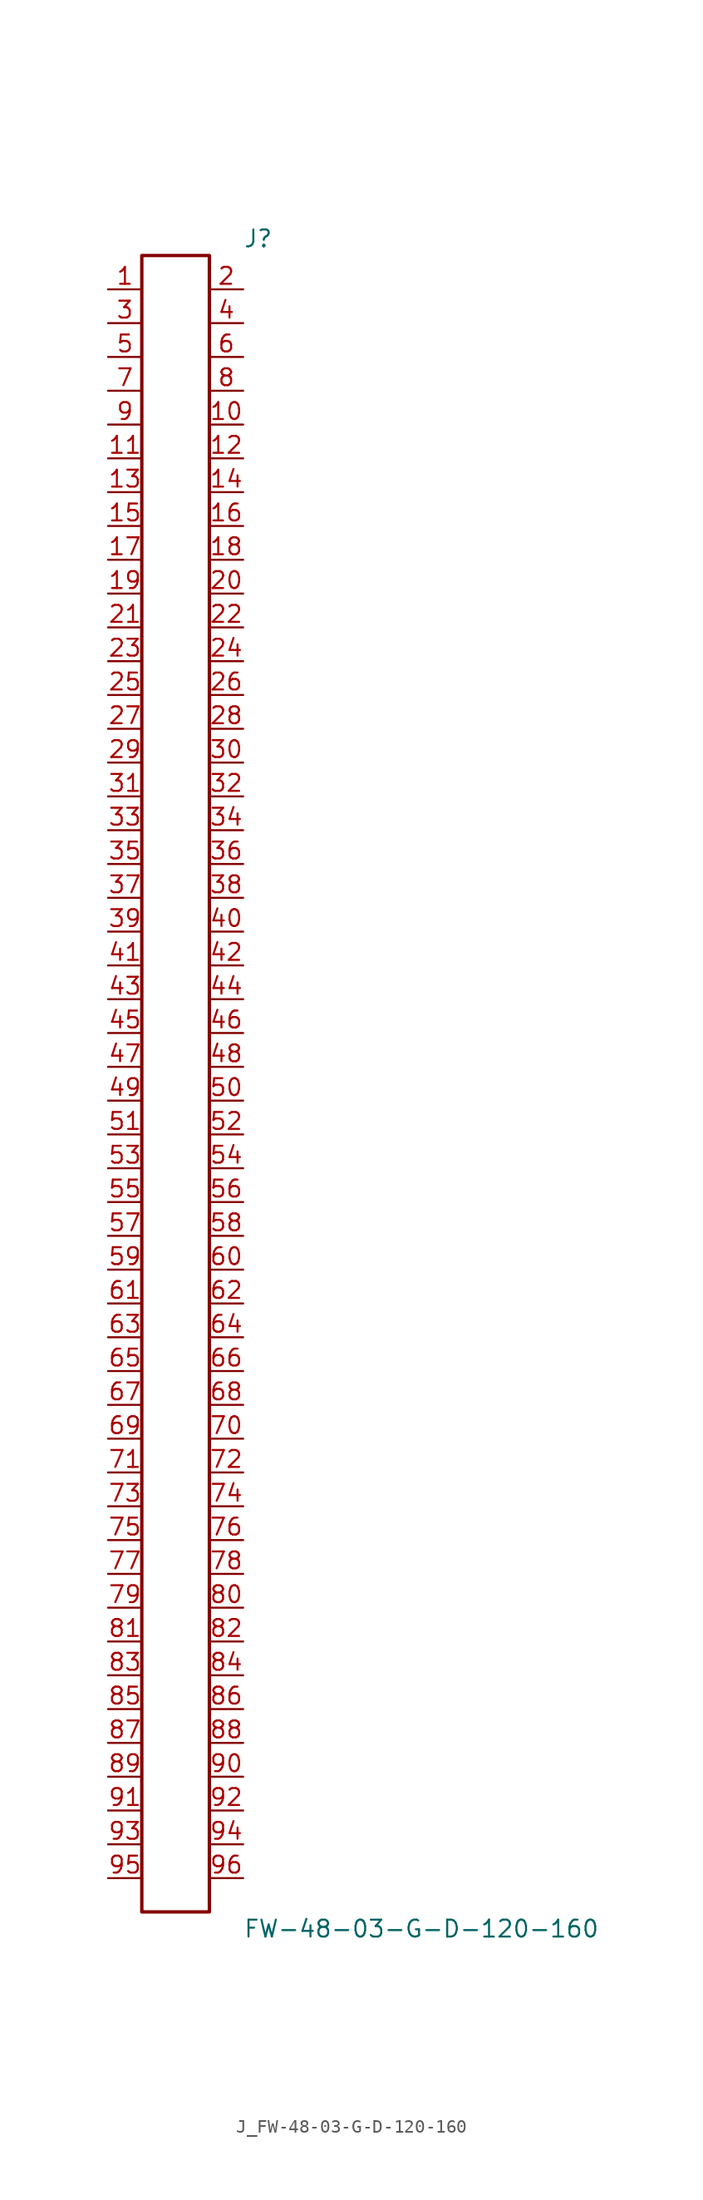
<source format=kicad_sym>
(kicad_symbol_lib
  (version 20231120)
  (generator kicad_symbol_editor)
  (generator_version 8.0)
  (symbol "J_FW-48-03-G-D-120-160"
    (pin_names
      (offset 0.254))
    (property "Reference" "J"
      (at 5.08 63.5 0)
      (effects (font (size 1.27 1.27)) (justify left)))
    (property "Value" "FW-48-03-G-D-120-160"
      (at 5.08 -63.5 0)
      (effects (font (size 1.27 1.27)) (justify left)))
    (symbol "J_FW-48-03-G-D-120-160_0_0"
      (pin passive line (at -5.08 59.69 0) (length 2.54) (name "" (effects (font (size 1.27 1.27)))) (number "1" (effects (font (size 1.27 1.27)))))
      (pin passive line (at 5.08 59.69 180) (length 2.54) (name "" (effects (font (size 1.27 1.27)))) (number "2" (effects (font (size 1.27 1.27)))))
      (pin passive line (at -5.08 57.15 0) (length 2.54) (name "" (effects (font (size 1.27 1.27)))) (number "3" (effects (font (size 1.27 1.27)))))
      (pin passive line (at 5.08 57.15 180) (length 2.54) (name "" (effects (font (size 1.27 1.27)))) (number "4" (effects (font (size 1.27 1.27)))))
      (pin passive line (at -5.08 54.61 0) (length 2.54) (name "" (effects (font (size 1.27 1.27)))) (number "5" (effects (font (size 1.27 1.27)))))
      (pin passive line (at 5.08 54.61 180) (length 2.54) (name "" (effects (font (size 1.27 1.27)))) (number "6" (effects (font (size 1.27 1.27)))))
      (pin passive line (at -5.08 52.07 0) (length 2.54) (name "" (effects (font (size 1.27 1.27)))) (number "7" (effects (font (size 1.27 1.27)))))
      (pin passive line (at 5.08 52.07 180) (length 2.54) (name "" (effects (font (size 1.27 1.27)))) (number "8" (effects (font (size 1.27 1.27)))))
      (pin passive line (at -5.08 49.53 0) (length 2.54) (name "" (effects (font (size 1.27 1.27)))) (number "9" (effects (font (size 1.27 1.27)))))
      (pin passive line (at 5.08 49.53 180) (length 2.54) (name "" (effects (font (size 1.27 1.27)))) (number "10" (effects (font (size 1.27 1.27)))))
      (pin passive line (at -5.08 46.99 0) (length 2.54) (name "" (effects (font (size 1.27 1.27)))) (number "11" (effects (font (size 1.27 1.27)))))
      (pin passive line (at 5.08 46.99 180) (length 2.54) (name "" (effects (font (size 1.27 1.27)))) (number "12" (effects (font (size 1.27 1.27)))))
      (pin passive line (at -5.08 44.45 0) (length 2.54) (name "" (effects (font (size 1.27 1.27)))) (number "13" (effects (font (size 1.27 1.27)))))
      (pin passive line (at 5.08 44.45 180) (length 2.54) (name "" (effects (font (size 1.27 1.27)))) (number "14" (effects (font (size 1.27 1.27)))))
      (pin passive line (at -5.08 41.91 0) (length 2.54) (name "" (effects (font (size 1.27 1.27)))) (number "15" (effects (font (size 1.27 1.27)))))
      (pin passive line (at 5.08 41.91 180) (length 2.54) (name "" (effects (font (size 1.27 1.27)))) (number "16" (effects (font (size 1.27 1.27)))))
      (pin passive line (at -5.08 39.37 0) (length 2.54) (name "" (effects (font (size 1.27 1.27)))) (number "17" (effects (font (size 1.27 1.27)))))
      (pin passive line (at 5.08 39.37 180) (length 2.54) (name "" (effects (font (size 1.27 1.27)))) (number "18" (effects (font (size 1.27 1.27)))))
      (pin passive line (at -5.08 36.83 0) (length 2.54) (name "" (effects (font (size 1.27 1.27)))) (number "19" (effects (font (size 1.27 1.27)))))
      (pin passive line (at 5.08 36.83 180) (length 2.54) (name "" (effects (font (size 1.27 1.27)))) (number "20" (effects (font (size 1.27 1.27)))))
      (pin passive line (at -5.08 34.29 0) (length 2.54) (name "" (effects (font (size 1.27 1.27)))) (number "21" (effects (font (size 1.27 1.27)))))
      (pin passive line (at 5.08 34.29 180) (length 2.54) (name "" (effects (font (size 1.27 1.27)))) (number "22" (effects (font (size 1.27 1.27)))))
      (pin passive line (at -5.08 31.75 0) (length 2.54) (name "" (effects (font (size 1.27 1.27)))) (number "23" (effects (font (size 1.27 1.27)))))
      (pin passive line (at 5.08 31.75 180) (length 2.54) (name "" (effects (font (size 1.27 1.27)))) (number "24" (effects (font (size 1.27 1.27)))))
      (pin passive line (at -5.08 29.21 0) (length 2.54) (name "" (effects (font (size 1.27 1.27)))) (number "25" (effects (font (size 1.27 1.27)))))
      (pin passive line (at 5.08 29.21 180) (length 2.54) (name "" (effects (font (size 1.27 1.27)))) (number "26" (effects (font (size 1.27 1.27)))))
      (pin passive line (at -5.08 26.67 0) (length 2.54) (name "" (effects (font (size 1.27 1.27)))) (number "27" (effects (font (size 1.27 1.27)))))
      (pin passive line (at 5.08 26.67 180) (length 2.54) (name "" (effects (font (size 1.27 1.27)))) (number "28" (effects (font (size 1.27 1.27)))))
      (pin passive line (at -5.08 24.13 0) (length 2.54) (name "" (effects (font (size 1.27 1.27)))) (number "29" (effects (font (size 1.27 1.27)))))
      (pin passive line (at 5.08 24.13 180) (length 2.54) (name "" (effects (font (size 1.27 1.27)))) (number "30" (effects (font (size 1.27 1.27)))))
      (pin passive line (at -5.08 21.59 0) (length 2.54) (name "" (effects (font (size 1.27 1.27)))) (number "31" (effects (font (size 1.27 1.27)))))
      (pin passive line (at 5.08 21.59 180) (length 2.54) (name "" (effects (font (size 1.27 1.27)))) (number "32" (effects (font (size 1.27 1.27)))))
      (pin passive line (at -5.08 19.05 0) (length 2.54) (name "" (effects (font (size 1.27 1.27)))) (number "33" (effects (font (size 1.27 1.27)))))
      (pin passive line (at 5.08 19.05 180) (length 2.54) (name "" (effects (font (size 1.27 1.27)))) (number "34" (effects (font (size 1.27 1.27)))))
      (pin passive line (at -5.08 16.51 0) (length 2.54) (name "" (effects (font (size 1.27 1.27)))) (number "35" (effects (font (size 1.27 1.27)))))
      (pin passive line (at 5.08 16.51 180) (length 2.54) (name "" (effects (font (size 1.27 1.27)))) (number "36" (effects (font (size 1.27 1.27)))))
      (pin passive line (at -5.08 13.97 0) (length 2.54) (name "" (effects (font (size 1.27 1.27)))) (number "37" (effects (font (size 1.27 1.27)))))
      (pin passive line (at 5.08 13.97 180) (length 2.54) (name "" (effects (font (size 1.27 1.27)))) (number "38" (effects (font (size 1.27 1.27)))))
      (pin passive line (at -5.08 11.43 0) (length 2.54) (name "" (effects (font (size 1.27 1.27)))) (number "39" (effects (font (size 1.27 1.27)))))
      (pin passive line (at 5.08 11.43 180) (length 2.54) (name "" (effects (font (size 1.27 1.27)))) (number "40" (effects (font (size 1.27 1.27)))))
      (pin passive line (at -5.08 8.89 0) (length 2.54) (name "" (effects (font (size 1.27 1.27)))) (number "41" (effects (font (size 1.27 1.27)))))
      (pin passive line (at 5.08 8.89 180) (length 2.54) (name "" (effects (font (size 1.27 1.27)))) (number "42" (effects (font (size 1.27 1.27)))))
      (pin passive line (at -5.08 6.35 0) (length 2.54) (name "" (effects (font (size 1.27 1.27)))) (number "43" (effects (font (size 1.27 1.27)))))
      (pin passive line (at 5.08 6.35 180) (length 2.54) (name "" (effects (font (size 1.27 1.27)))) (number "44" (effects (font (size 1.27 1.27)))))
      (pin passive line (at -5.08 3.81 0) (length 2.54) (name "" (effects (font (size 1.27 1.27)))) (number "45" (effects (font (size 1.27 1.27)))))
      (pin passive line (at 5.08 3.81 180) (length 2.54) (name "" (effects (font (size 1.27 1.27)))) (number "46" (effects (font (size 1.27 1.27)))))
      (pin passive line (at -5.08 1.27 0) (length 2.54) (name "" (effects (font (size 1.27 1.27)))) (number "47" (effects (font (size 1.27 1.27)))))
      (pin passive line (at 5.08 1.27 180) (length 2.54) (name "" (effects (font (size 1.27 1.27)))) (number "48" (effects (font (size 1.27 1.27)))))
      (pin passive line (at -5.08 -1.27 0) (length 2.54) (name "" (effects (font (size 1.27 1.27)))) (number "49" (effects (font (size 1.27 1.27)))))
      (pin passive line (at 5.08 -1.27 180) (length 2.54) (name "" (effects (font (size 1.27 1.27)))) (number "50" (effects (font (size 1.27 1.27)))))
      (pin passive line (at -5.08 -3.81 0) (length 2.54) (name "" (effects (font (size 1.27 1.27)))) (number "51" (effects (font (size 1.27 1.27)))))
      (pin passive line (at 5.08 -3.81 180) (length 2.54) (name "" (effects (font (size 1.27 1.27)))) (number "52" (effects (font (size 1.27 1.27)))))
      (pin passive line (at -5.08 -6.35 0) (length 2.54) (name "" (effects (font (size 1.27 1.27)))) (number "53" (effects (font (size 1.27 1.27)))))
      (pin passive line (at 5.08 -6.35 180) (length 2.54) (name "" (effects (font (size 1.27 1.27)))) (number "54" (effects (font (size 1.27 1.27)))))
      (pin passive line (at -5.08 -8.89 0) (length 2.54) (name "" (effects (font (size 1.27 1.27)))) (number "55" (effects (font (size 1.27 1.27)))))
      (pin passive line (at 5.08 -8.89 180) (length 2.54) (name "" (effects (font (size 1.27 1.27)))) (number "56" (effects (font (size 1.27 1.27)))))
      (pin passive line (at -5.08 -11.43 0) (length 2.54) (name "" (effects (font (size 1.27 1.27)))) (number "57" (effects (font (size 1.27 1.27)))))
      (pin passive line (at 5.08 -11.43 180) (length 2.54) (name "" (effects (font (size 1.27 1.27)))) (number "58" (effects (font (size 1.27 1.27)))))
      (pin passive line (at -5.08 -13.97 0) (length 2.54) (name "" (effects (font (size 1.27 1.27)))) (number "59" (effects (font (size 1.27 1.27)))))
      (pin passive line (at 5.08 -13.97 180) (length 2.54) (name "" (effects (font (size 1.27 1.27)))) (number "60" (effects (font (size 1.27 1.27)))))
      (pin passive line (at -5.08 -16.51 0) (length 2.54) (name "" (effects (font (size 1.27 1.27)))) (number "61" (effects (font (size 1.27 1.27)))))
      (pin passive line (at 5.08 -16.51 180) (length 2.54) (name "" (effects (font (size 1.27 1.27)))) (number "62" (effects (font (size 1.27 1.27)))))
      (pin passive line (at -5.08 -19.05 0) (length 2.54) (name "" (effects (font (size 1.27 1.27)))) (number "63" (effects (font (size 1.27 1.27)))))
      (pin passive line (at 5.08 -19.05 180) (length 2.54) (name "" (effects (font (size 1.27 1.27)))) (number "64" (effects (font (size 1.27 1.27)))))
      (pin passive line (at -5.08 -21.59 0) (length 2.54) (name "" (effects (font (size 1.27 1.27)))) (number "65" (effects (font (size 1.27 1.27)))))
      (pin passive line (at 5.08 -21.59 180) (length 2.54) (name "" (effects (font (size 1.27 1.27)))) (number "66" (effects (font (size 1.27 1.27)))))
      (pin passive line (at -5.08 -24.13 0) (length 2.54) (name "" (effects (font (size 1.27 1.27)))) (number "67" (effects (font (size 1.27 1.27)))))
      (pin passive line (at 5.08 -24.13 180) (length 2.54) (name "" (effects (font (size 1.27 1.27)))) (number "68" (effects (font (size 1.27 1.27)))))
      (pin passive line (at -5.08 -26.67 0) (length 2.54) (name "" (effects (font (size 1.27 1.27)))) (number "69" (effects (font (size 1.27 1.27)))))
      (pin passive line (at 5.08 -26.67 180) (length 2.54) (name "" (effects (font (size 1.27 1.27)))) (number "70" (effects (font (size 1.27 1.27)))))
      (pin passive line (at -5.08 -29.21 0) (length 2.54) (name "" (effects (font (size 1.27 1.27)))) (number "71" (effects (font (size 1.27 1.27)))))
      (pin passive line (at 5.08 -29.21 180) (length 2.54) (name "" (effects (font (size 1.27 1.27)))) (number "72" (effects (font (size 1.27 1.27)))))
      (pin passive line (at -5.08 -31.75 0) (length 2.54) (name "" (effects (font (size 1.27 1.27)))) (number "73" (effects (font (size 1.27 1.27)))))
      (pin passive line (at 5.08 -31.75 180) (length 2.54) (name "" (effects (font (size 1.27 1.27)))) (number "74" (effects (font (size 1.27 1.27)))))
      (pin passive line (at -5.08 -34.29 0) (length 2.54) (name "" (effects (font (size 1.27 1.27)))) (number "75" (effects (font (size 1.27 1.27)))))
      (pin passive line (at 5.08 -34.29 180) (length 2.54) (name "" (effects (font (size 1.27 1.27)))) (number "76" (effects (font (size 1.27 1.27)))))
      (pin passive line (at -5.08 -36.83 0) (length 2.54) (name "" (effects (font (size 1.27 1.27)))) (number "77" (effects (font (size 1.27 1.27)))))
      (pin passive line (at 5.08 -36.83 180) (length 2.54) (name "" (effects (font (size 1.27 1.27)))) (number "78" (effects (font (size 1.27 1.27)))))
      (pin passive line (at -5.08 -39.37 0) (length 2.54) (name "" (effects (font (size 1.27 1.27)))) (number "79" (effects (font (size 1.27 1.27)))))
      (pin passive line (at 5.08 -39.37 180) (length 2.54) (name "" (effects (font (size 1.27 1.27)))) (number "80" (effects (font (size 1.27 1.27)))))
      (pin passive line (at -5.08 -41.91 0) (length 2.54) (name "" (effects (font (size 1.27 1.27)))) (number "81" (effects (font (size 1.27 1.27)))))
      (pin passive line (at 5.08 -41.91 180) (length 2.54) (name "" (effects (font (size 1.27 1.27)))) (number "82" (effects (font (size 1.27 1.27)))))
      (pin passive line (at -5.08 -44.45 0) (length 2.54) (name "" (effects (font (size 1.27 1.27)))) (number "83" (effects (font (size 1.27 1.27)))))
      (pin passive line (at 5.08 -44.45 180) (length 2.54) (name "" (effects (font (size 1.27 1.27)))) (number "84" (effects (font (size 1.27 1.27)))))
      (pin passive line (at -5.08 -46.99 0) (length 2.54) (name "" (effects (font (size 1.27 1.27)))) (number "85" (effects (font (size 1.27 1.27)))))
      (pin passive line (at 5.08 -46.99 180) (length 2.54) (name "" (effects (font (size 1.27 1.27)))) (number "86" (effects (font (size 1.27 1.27)))))
      (pin passive line (at -5.08 -49.53 0) (length 2.54) (name "" (effects (font (size 1.27 1.27)))) (number "87" (effects (font (size 1.27 1.27)))))
      (pin passive line (at 5.08 -49.53 180) (length 2.54) (name "" (effects (font (size 1.27 1.27)))) (number "88" (effects (font (size 1.27 1.27)))))
      (pin passive line (at -5.08 -52.07 0) (length 2.54) (name "" (effects (font (size 1.27 1.27)))) (number "89" (effects (font (size 1.27 1.27)))))
      (pin passive line (at 5.08 -52.07 180) (length 2.54) (name "" (effects (font (size 1.27 1.27)))) (number "90" (effects (font (size 1.27 1.27)))))
      (pin passive line (at -5.08 -54.61 0) (length 2.54) (name "" (effects (font (size 1.27 1.27)))) (number "91" (effects (font (size 1.27 1.27)))))
      (pin passive line (at 5.08 -54.61 180) (length 2.54) (name "" (effects (font (size 1.27 1.27)))) (number "92" (effects (font (size 1.27 1.27)))))
      (pin passive line (at -5.08 -57.15 0) (length 2.54) (name "" (effects (font (size 1.27 1.27)))) (number "93" (effects (font (size 1.27 1.27)))))
      (pin passive line (at 5.08 -57.15 180) (length 2.54) (name "" (effects (font (size 1.27 1.27)))) (number "94" (effects (font (size 1.27 1.27)))))
      (pin passive line (at -5.08 -59.69 0) (length 2.54) (name "" (effects (font (size 1.27 1.27)))) (number "95" (effects (font (size 1.27 1.27)))))
      (pin passive line (at 5.08 -59.69 180) (length 2.54) (name "" (effects (font (size 1.27 1.27)))) (number "96" (effects (font (size 1.27 1.27))))))
    (symbol "J_FW-48-03-G-D-120-160_1_0"
      (rectangle (start -2.54 62.23) (end 2.54 -62.23) (stroke (width 0.254) (type solid)) (fill (type none))))))
</source>
